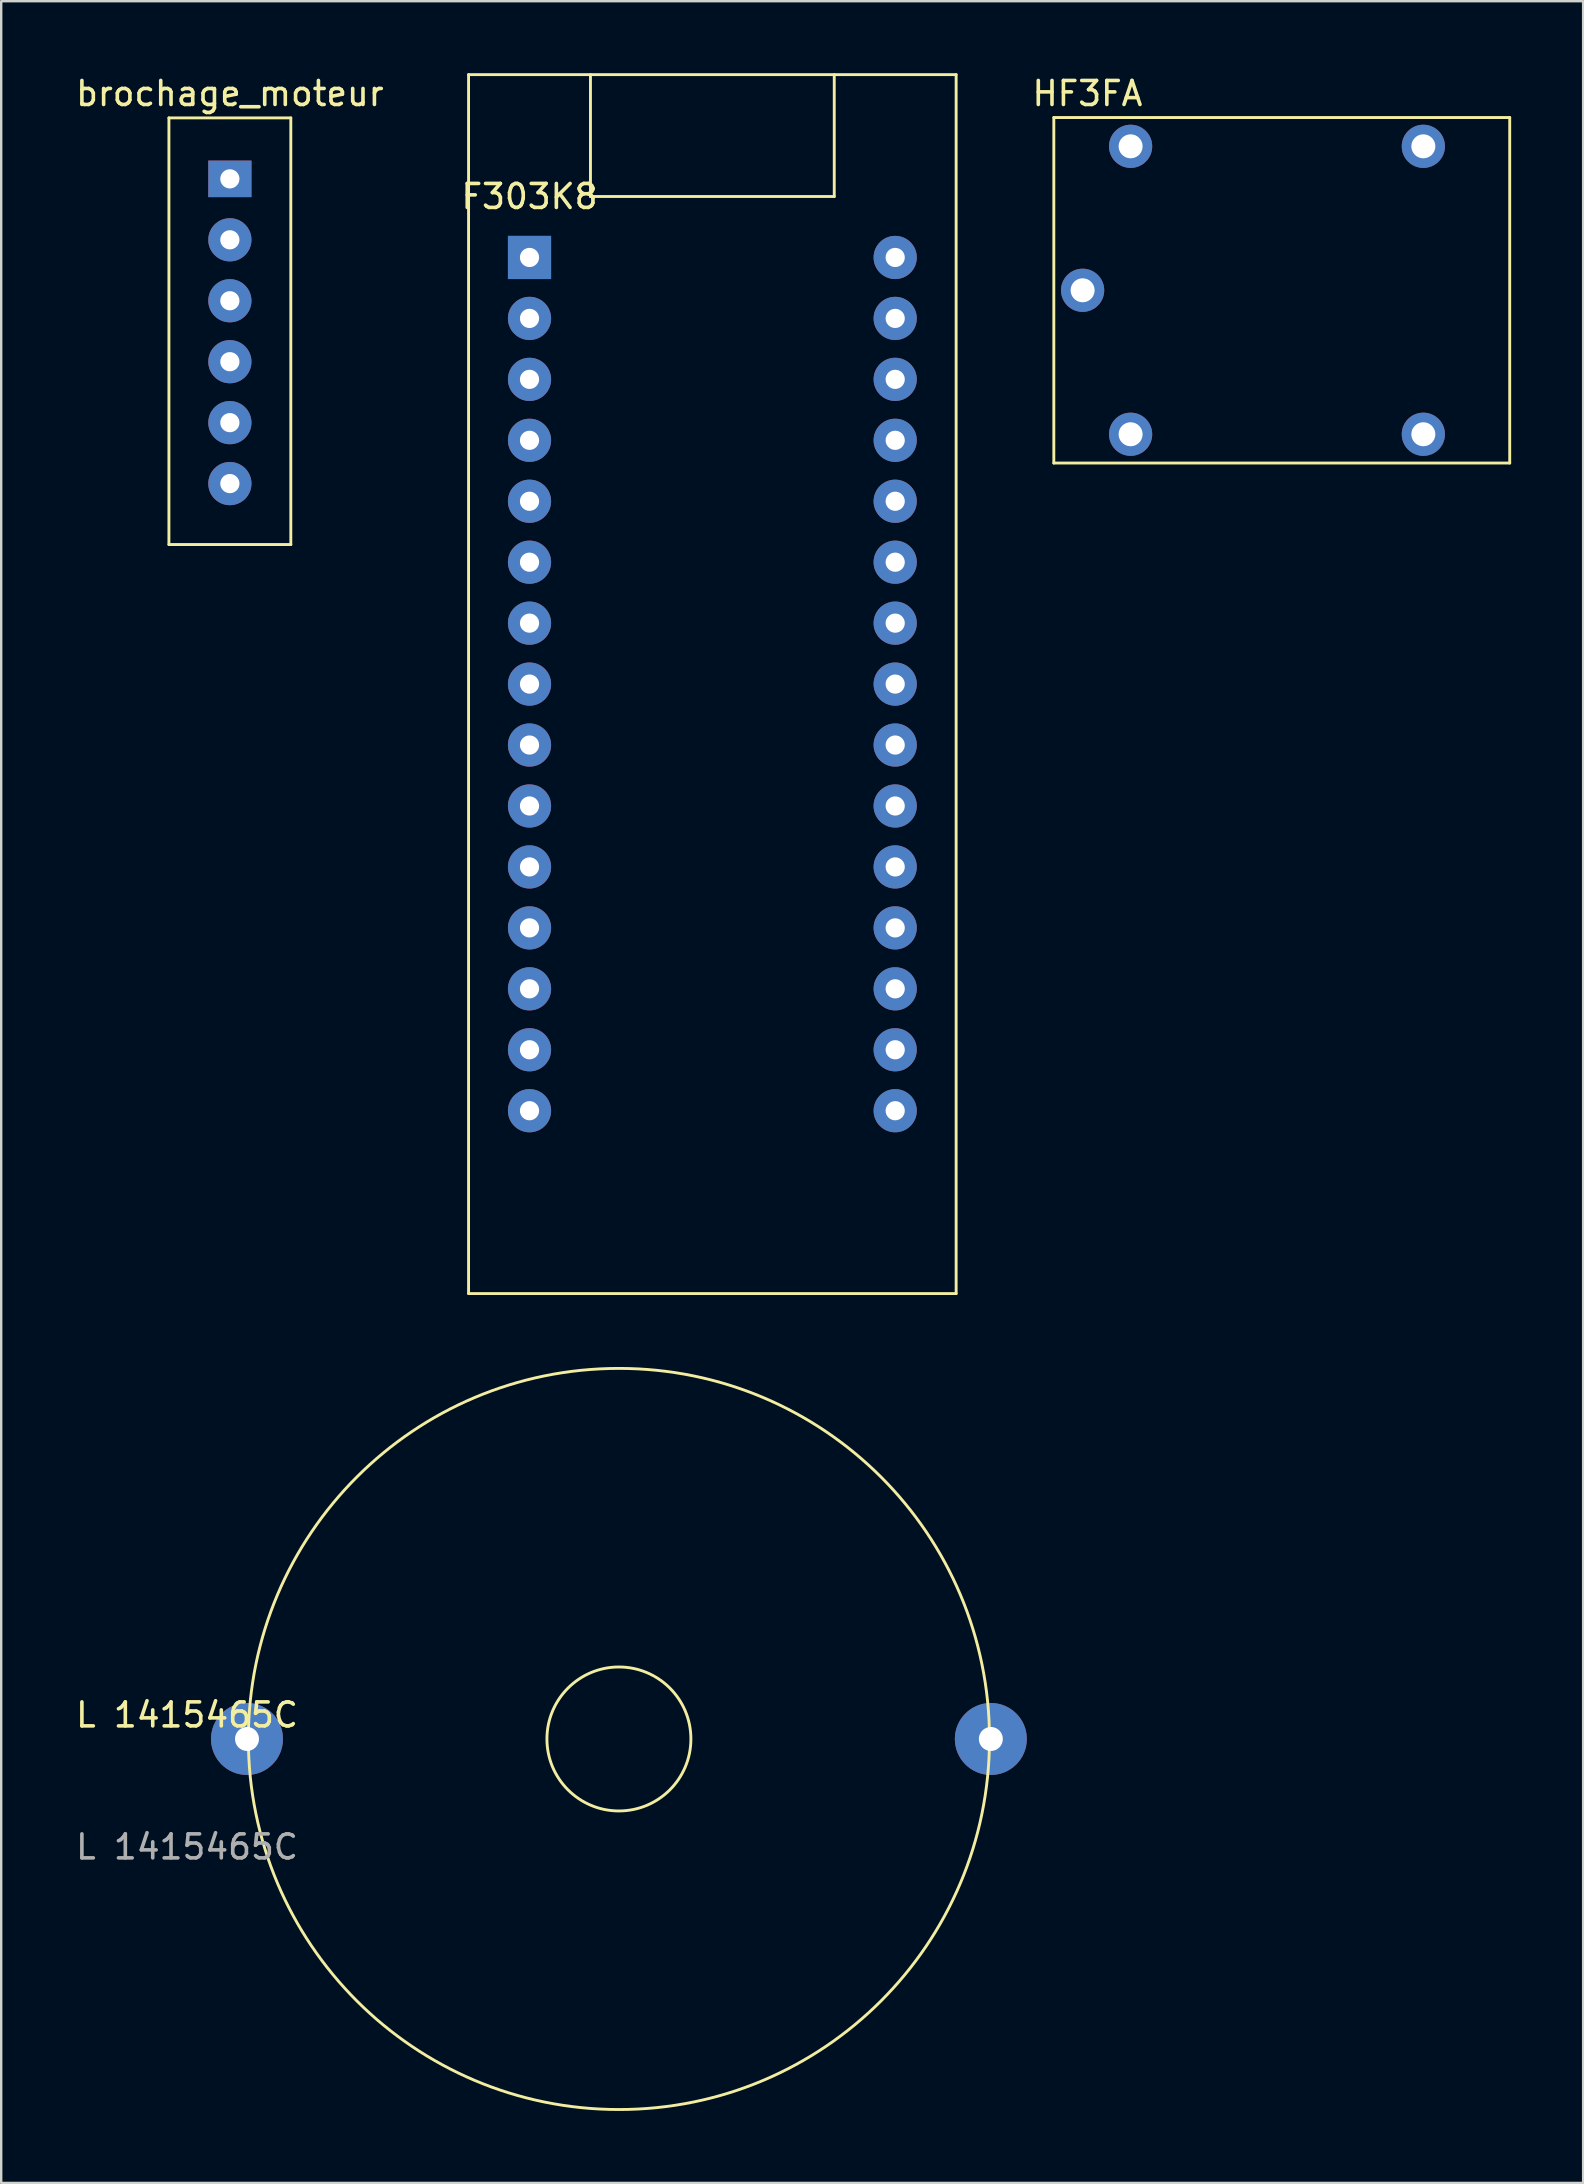
<source format=kicad_pcb>
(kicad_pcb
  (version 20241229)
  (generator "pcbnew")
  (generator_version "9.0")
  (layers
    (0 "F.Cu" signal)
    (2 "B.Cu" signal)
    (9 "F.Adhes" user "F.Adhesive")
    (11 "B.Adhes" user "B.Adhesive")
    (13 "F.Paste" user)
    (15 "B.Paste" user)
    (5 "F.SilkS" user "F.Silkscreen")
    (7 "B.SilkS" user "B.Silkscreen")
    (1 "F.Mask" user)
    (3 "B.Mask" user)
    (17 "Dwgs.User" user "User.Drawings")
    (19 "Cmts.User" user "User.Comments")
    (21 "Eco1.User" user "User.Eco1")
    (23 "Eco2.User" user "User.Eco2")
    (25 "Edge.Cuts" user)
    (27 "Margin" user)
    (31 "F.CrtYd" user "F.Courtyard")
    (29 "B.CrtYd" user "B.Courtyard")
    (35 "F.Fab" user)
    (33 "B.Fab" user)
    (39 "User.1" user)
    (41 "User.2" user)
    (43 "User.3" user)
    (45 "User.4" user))
  (footprint "L 1415465C"
    (layer "F.Cu")
    (at 7.244 69.423)
    (property "Reference" "L 1415465C" (at -2.5 -1 0) (unlocked yes) (layer "F.SilkS") (effects (font (size 1 1) (thickness 0.15))))
    (attr through_hole)
    (fp_circle (center 15.5 0) (end 8 -13.5) (stroke (width 0.12) (type solid)) (fill no) (layer "F.SilkS"))
    (fp_circle (center 15.5 0) (end 12.5 0) (stroke (width 0.12) (type solid)) (fill no) (layer "F.SilkS"))
    (fp_text user "${REFERENCE}" (at -2.5 4.5 0) (unlocked yes) (layer "F.Fab") (effects (font (size 1 1) (thickness 0.15))))
    (pad "1" thru_hole circle (at 0 0) (size 3 3) (drill 1) (layers "*.Cu" "*.Mask"))
    (pad "2" thru_hole circle (at 31 0) (size 3 3) (drill 1) (layers "*.Cu" "*.Mask")))
  (footprint "brochage_moteur"
    (layer "F.Cu")
    (at 6.53 4.404)
    (property "Reference" "brochage_moteur" (at 0 -3.556 0) (layer "F.SilkS") (effects (font (size 1 1) (thickness 0.15))))
    (attr through_hole)
    (fp_line (start -2.54 -2.54) (end 2.54 -2.54) (stroke (width 0.12) (type solid)) (layer "F.SilkS"))
    (fp_line (start -2.54 15.24) (end -2.54 -2.54) (stroke (width 0.12) (type solid)) (layer "F.SilkS"))
    (fp_line (start 2.54 -2.54) (end 2.54 15.24) (stroke (width 0.12) (type solid)) (layer "F.SilkS"))
    (fp_line (start 2.54 15.24) (end -2.54 15.24) (stroke (width 0.12) (type solid)) (layer "F.SilkS"))
    (pad "1" thru_hole rect (at 0 0) (size 1.8 1.524) (drill 0.8) (layers "*.Cu" "*.Mask"))
    (pad "2" thru_hole circle (at 0 2.54) (size 1.8 1.8) (drill 0.8) (layers "*.Cu" "*.Mask"))
    (pad "3" thru_hole circle (at 0 5.08) (size 1.8 1.8) (drill 0.8) (layers "*.Cu" "*.Mask"))
    (pad "4" thru_hole circle (at 0 7.62) (size 1.8 1.8) (drill 0.8) (layers "*.Cu" "*.Mask"))
    (pad "5" thru_hole circle (at 0 10.16) (size 1.8 1.8) (drill 0.8) (layers "*.Cu" "*.Mask"))
    (pad "6" thru_hole circle (at 0 12.7) (size 1.8 1.8) (drill 0.8) (layers "*.Cu" "*.Mask")))
  (footprint "HF3FA"
    (layer "F.Cu")
    (at 42.069 9.048)
    (property "Reference" "HF3FA" (at 0.2 -8.2 0) (layer "F.SilkS") (effects (font (size 1 1) (thickness 0.15))))
    (attr through_hole)
    (fp_line (start -1.2 -7.2) (end 17.8 -7.2) (stroke (width 0.12) (type solid)) (layer "F.SilkS"))
    (fp_line (start -1.2 7.2) (end -1.2 -7.2) (stroke (width 0.12) (type solid)) (layer "F.SilkS"))
    (fp_line (start 17.8 -7.2) (end 17.8 7.2) (stroke (width 0.12) (type solid)) (layer "F.SilkS"))
    (fp_line (start 17.8 7.2) (end -1.2 7.2) (stroke (width 0.12) (type solid)) (layer "F.SilkS"))
    (pad "1" thru_hole circle (at 2 -6) (size 1.8 1.8) (drill 1) (layers "*.Cu" "*.Mask"))
    (pad "2" thru_hole circle (at 2 6) (size 1.8 1.8) (drill 1) (layers "*.Cu" "*.Mask"))
    (pad "3" thru_hole circle (at 0 0) (size 1.8 1.8) (drill 1) (layers "*.Cu" "*.Mask"))
    (pad "4" thru_hole circle (at 14.2 6) (size 1.8 1.8) (drill 1) (layers "*.Cu" "*.Mask"))
    (pad "5" thru_hole circle (at 14.2 -6) (size 1.8 1.8) (drill 1) (layers "*.Cu" "*.Mask")))
  (footprint "F303K8"
    (layer "F.Cu")
    (at 19.018 7.68)
    (property "Reference" "F303K8" (at 0 -2.54 0) (layer "F.SilkS") (effects (font (size 1 1) (thickness 0.15))))
    (attr through_hole)
    (fp_line (start -2.54 -7.62) (end 17.78 -7.62) (stroke (width 0.12) (type solid)) (layer "F.SilkS"))
    (fp_line (start -2.54 43.18) (end -2.54 -7.62) (stroke (width 0.12) (type solid)) (layer "F.SilkS"))
    (fp_line (start 2.54 -7.62) (end 2.54 -2.54) (stroke (width 0.12) (type solid)) (layer "F.SilkS"))
    (fp_line (start 2.54 -2.54) (end 12.7 -2.54) (stroke (width 0.12) (type solid)) (layer "F.SilkS"))
    (fp_line (start 12.7 -2.54) (end 12.7 -7.62) (stroke (width 0.12) (type solid)) (layer "F.SilkS"))
    (fp_line (start 17.78 -7.62) (end 17.78 43.18) (stroke (width 0.12) (type solid)) (layer "F.SilkS"))
    (fp_line (start 17.78 43.18) (end -2.54 43.18) (stroke (width 0.12) (type solid)) (layer "F.SilkS"))
    (pad "1" thru_hole rect (at 0 0) (size 1.8 1.8) (drill 0.8) (layers "*.Cu" "*.Mask"))
    (pad "2" thru_hole circle (at 0 2.54) (size 1.8 1.8) (drill 0.8) (layers "*.Cu" "*.Mask"))
    (pad "3" thru_hole circle (at 0 5.08) (size 1.8 1.8) (drill 0.8) (layers "*.Cu" "*.Mask"))
    (pad "4" thru_hole circle (at 0 7.62) (size 1.8 1.8) (drill 0.8) (layers "*.Cu" "*.Mask"))
    (pad "5" thru_hole circle (at 0 10.16) (size 1.8 1.8) (drill 0.8) (layers "*.Cu" "*.Mask"))
    (pad "6" thru_hole circle (at 0 12.7) (size 1.8 1.8) (drill 0.8) (layers "*.Cu" "*.Mask"))
    (pad "7" thru_hole circle (at 0 15.24) (size 1.8 1.8) (drill 0.8) (layers "*.Cu" "*.Mask"))
    (pad "8" thru_hole circle (at 0 17.78) (size 1.8 1.8) (drill 0.8) (layers "*.Cu" "*.Mask"))
    (pad "9" thru_hole circle (at 0 20.32) (size 1.8 1.8) (drill 0.8) (layers "*.Cu" "*.Mask"))
    (pad "10" thru_hole circle (at 0 22.86) (size 1.8 1.8) (drill 0.8) (layers "*.Cu" "*.Mask"))
    (pad "11" thru_hole circle (at 0 25.4) (size 1.8 1.8) (drill 0.8) (layers "*.Cu" "*.Mask"))
    (pad "12" thru_hole circle (at 0 27.94) (size 1.8 1.8) (drill 0.8) (layers "*.Cu" "*.Mask"))
    (pad "13" thru_hole circle (at 0 30.48) (size 1.8 1.8) (drill 0.8) (layers "*.Cu" "*.Mask"))
    (pad "14" thru_hole circle (at 0 33.02) (size 1.8 1.8) (drill 0.8) (layers "*.Cu" "*.Mask"))
    (pad "15" thru_hole circle (at 0 35.56) (size 1.8 1.8) (drill 0.8) (layers "*.Cu" "*.Mask"))
    (pad "16" thru_hole circle (at 15.24 35.56) (size 1.8 1.8) (drill 0.8) (layers "*.Cu" "*.Mask"))
    (pad "17" thru_hole circle (at 15.24 33.02) (size 1.8 1.8) (drill 0.8) (layers "*.Cu" "*.Mask"))
    (pad "18" thru_hole circle (at 15.24 30.48) (size 1.8 1.8) (drill 0.8) (layers "*.Cu" "*.Mask"))
    (pad "19" thru_hole circle (at 15.24 27.94) (size 1.8 1.8) (drill 0.8) (layers "*.Cu" "*.Mask"))
    (pad "20" thru_hole circle (at 15.24 25.4) (size 1.8 1.8) (drill 0.8) (layers "*.Cu" "*.Mask"))
    (pad "21" thru_hole circle (at 15.24 22.86) (size 1.8 1.8) (drill 0.8) (layers "*.Cu" "*.Mask"))
    (pad "22" thru_hole circle (at 15.24 20.32) (size 1.8 1.8) (drill 0.8) (layers "*.Cu" "*.Mask"))
    (pad "23" thru_hole circle (at 15.24 17.78) (size 1.8 1.8) (drill 0.8) (layers "*.Cu" "*.Mask"))
    (pad "24" thru_hole circle (at 15.24 15.24) (size 1.8 1.8) (drill 0.8) (layers "*.Cu" "*.Mask"))
    (pad "25" thru_hole circle (at 15.24 12.7) (size 1.8 1.8) (drill 0.8) (layers "*.Cu" "*.Mask"))
    (pad "26" thru_hole circle (at 15.24 10.16) (size 1.8 1.8) (drill 0.8) (layers "*.Cu" "*.Mask"))
    (pad "27" thru_hole circle (at 15.24 7.62) (size 1.8 1.8) (drill 0.8) (layers "*.Cu" "*.Mask"))
    (pad "28" thru_hole circle (at 15.24 5.08) (size 1.8 1.8) (drill 0.8) (layers "*.Cu" "*.Mask"))
    (pad "29" thru_hole circle (at 15.24 2.54) (size 1.8 1.8) (drill 0.8) (layers "*.Cu" "*.Mask"))
    (pad "30" thru_hole circle (at 15.24 0) (size 1.8 1.8) (drill 0.8) (layers "*.Cu" "*.Mask")))
  (gr_rect
    (start -3 -3)
    (end 62.929 87.927)
    (stroke (width 0.1) (type default))
    (fill no)
    (layer "Edge.Cuts")))
</source>
